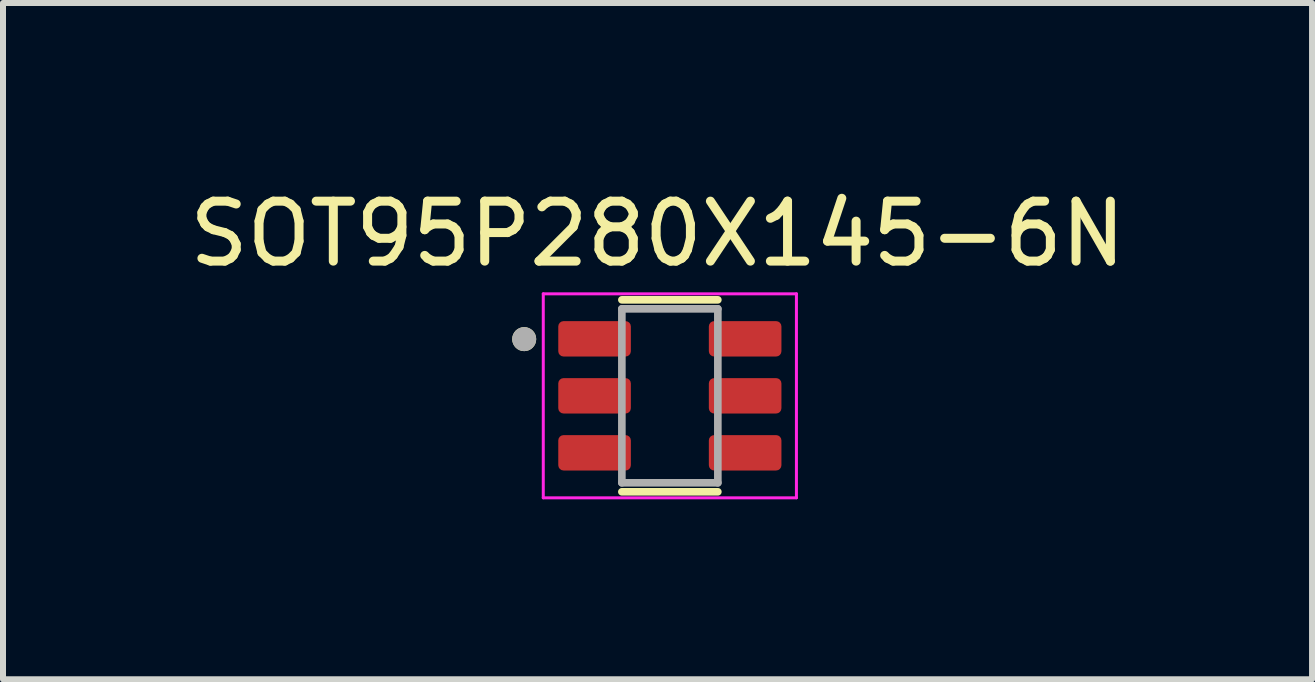
<source format=kicad_pcb>
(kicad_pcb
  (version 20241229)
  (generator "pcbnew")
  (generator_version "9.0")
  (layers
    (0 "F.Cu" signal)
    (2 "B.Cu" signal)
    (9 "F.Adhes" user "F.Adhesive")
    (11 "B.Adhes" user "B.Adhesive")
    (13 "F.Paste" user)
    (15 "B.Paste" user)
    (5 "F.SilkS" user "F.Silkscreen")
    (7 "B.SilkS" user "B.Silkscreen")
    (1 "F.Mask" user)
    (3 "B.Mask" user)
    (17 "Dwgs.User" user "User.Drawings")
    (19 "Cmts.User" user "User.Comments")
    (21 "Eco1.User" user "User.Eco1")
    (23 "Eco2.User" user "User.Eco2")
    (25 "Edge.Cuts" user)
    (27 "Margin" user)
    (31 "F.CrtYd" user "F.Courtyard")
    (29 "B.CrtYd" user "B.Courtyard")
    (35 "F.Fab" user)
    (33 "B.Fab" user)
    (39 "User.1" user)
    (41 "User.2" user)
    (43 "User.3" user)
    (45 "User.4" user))
  (footprint "SOT95P280X145-6N"
    (layer "F.Cu")
    (at 8.116 3.548)
    (property "Reference" "SOT95P280X145-6N" (at -0.205 -2.7 0) (layer "F.SilkS") (effects (font (size 1 1) (thickness 0.15))))
    (attr through_hole)
    (fp_line (start -0.8 -1.6) (end 0.8 -1.6) (stroke (width 0.127) (type solid)) (layer "F.SilkS"))
    (fp_line (start -0.8 1.6) (end 0.8 1.6) (stroke (width 0.127) (type solid)) (layer "F.SilkS"))
    (fp_circle (center -2.428 -0.945) (end -2.328 -0.945) (stroke (width 0.2) (type solid)) (fill no) (layer "F.SilkS"))
    (fp_line (start -2.11 -1.7) (end -2.11 1.7) (stroke (width 0.05) (type solid)) (layer "F.CrtYd"))
    (fp_line (start -2.11 1.7) (end 2.11 1.7) (stroke (width 0.05) (type solid)) (layer "F.CrtYd"))
    (fp_line (start 2.11 -1.7) (end -2.11 -1.7) (stroke (width 0.05) (type solid)) (layer "F.CrtYd"))
    (fp_line (start 2.11 1.7) (end 2.11 -1.7) (stroke (width 0.05) (type solid)) (layer "F.CrtYd"))
    (fp_line (start -0.8 -1.45) (end 0.8 -1.45) (stroke (width 0.127) (type solid)) (layer "F.Fab"))
    (fp_line (start -0.8 1.45) (end -0.8 -1.45) (stroke (width 0.127) (type solid)) (layer "F.Fab"))
    (fp_line (start 0.8 -1.45) (end 0.8 1.45) (stroke (width 0.127) (type solid)) (layer "F.Fab"))
    (fp_line (start 0.8 1.45) (end -0.8 1.45) (stroke (width 0.127) (type solid)) (layer "F.Fab"))
    (fp_circle (center -2.428 -0.945) (end -2.328 -0.945) (stroke (width 0.2) (type solid)) (fill no) (layer "F.Fab"))
    (pad "1" smd roundrect (at -1.255 -0.95) (size 1.21 0.59) (layers "F.Cu" "F.Mask" "F.Paste") (roundrect_rratio 0.15))
    (pad "2" smd roundrect (at -1.255 0) (size 1.21 0.59) (layers "F.Cu" "F.Mask" "F.Paste") (roundrect_rratio 0.15))
    (pad "3" smd roundrect (at -1.255 0.95) (size 1.21 0.59) (layers "F.Cu" "F.Mask" "F.Paste") (roundrect_rratio 0.15))
    (pad "4" smd roundrect (at 1.255 0.95) (size 1.21 0.59) (layers "F.Cu" "F.Mask" "F.Paste") (roundrect_rratio 0.15))
    (pad "5" smd roundrect (at 1.255 0) (size 1.21 0.59) (layers "F.Cu" "F.Mask" "F.Paste") (roundrect_rratio 0.15))
    (pad "6" smd roundrect (at 1.255 -0.95) (size 1.21 0.59) (layers "F.Cu" "F.Mask" "F.Paste") (roundrect_rratio 0.15)))
  (gr_rect
    (start -3 -3)
    (end 18.821 8.273)
    (stroke (width 0.1) (type default))
    (fill no)
    (layer "Edge.Cuts")))
</source>
